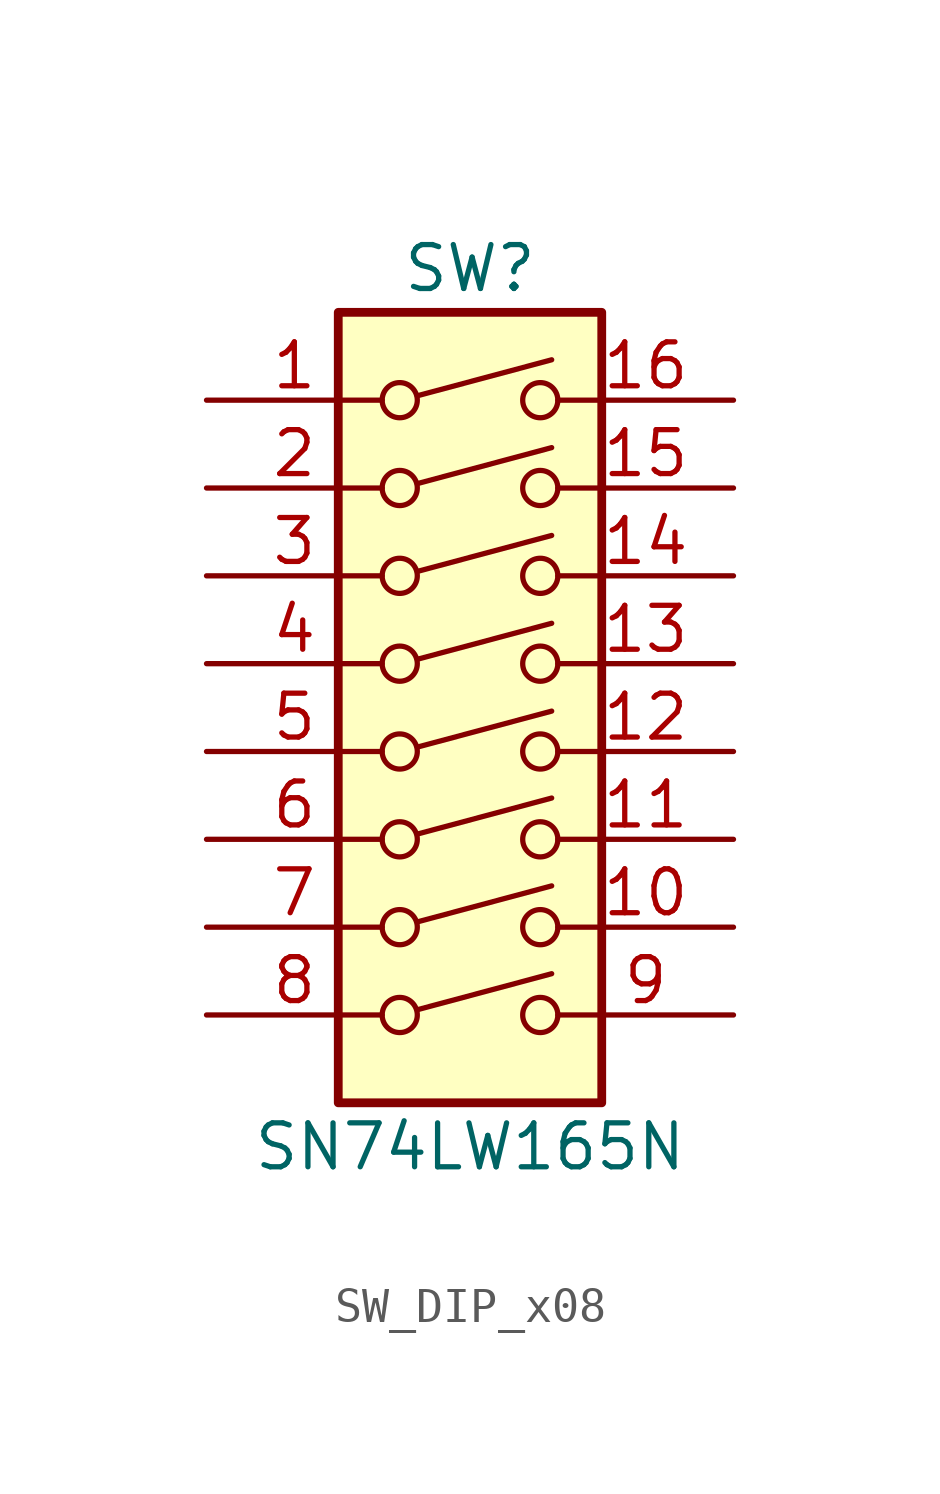
<source format=kicad_sym>
(kicad_symbol_lib
  (version 20231120)
  (generator "kicad_symbol_editor")
  (generator_version "8.0")
  (symbol "SW_DIP_x08"
    (pin_names
      (offset 0) hide)
    (property "Reference" "SW"
      (at 0 13.97 0)
      (effects (font (size 1.27 1.27))))
    (property "Value" "SN74LW165N"
      (at 0 -11.43 0)
      (effects (font (size 1.27 1.27))))
    (symbol "SW_DIP_x08_0_0"
      (circle (center -2.032 -7.62) (radius 0.508) (stroke (width 0) (type default)) (fill (type none)))
      (circle (center -2.032 -5.08) (radius 0.508) (stroke (width 0) (type default)) (fill (type none)))
      (circle (center -2.032 -2.54) (radius 0.508) (stroke (width 0) (type default)) (fill (type none)))
      (circle (center -2.032 0) (radius 0.508) (stroke (width 0) (type default)) (fill (type none)))
      (circle (center -2.032 2.54) (radius 0.508) (stroke (width 0) (type default)) (fill (type none)))
      (circle (center -2.032 5.08) (radius 0.508) (stroke (width 0) (type default)) (fill (type none)))
      (circle (center -2.032 7.62) (radius 0.508) (stroke (width 0) (type default)) (fill (type none)))
      (circle (center -2.032 10.16) (radius 0.508) (stroke (width 0) (type default)) (fill (type none)))
      (polyline (pts (xy -1.524 -7.468) (xy 2.362 -6.426)) (stroke (width 0) (type default)) (fill (type none)))
      (polyline (pts (xy -1.524 -4.928) (xy 2.362 -3.886)) (stroke (width 0) (type default)) (fill (type none)))
      (polyline (pts (xy -1.524 -2.388) (xy 2.362 -1.346)) (stroke (width 0) (type default)) (fill (type none)))
      (polyline (pts (xy -1.524 0.127) (xy 2.362 1.168)) (stroke (width 0) (type default)) (fill (type none)))
      (polyline (pts (xy -1.524 2.667) (xy 2.362 3.708)) (stroke (width 0) (type default)) (fill (type none)))
      (polyline (pts (xy -1.524 5.207) (xy 2.362 6.248)) (stroke (width 0) (type default)) (fill (type none)))
      (polyline (pts (xy -1.524 7.747) (xy 2.362 8.788)) (stroke (width 0) (type default)) (fill (type none)))
      (polyline (pts (xy -1.524 10.287) (xy 2.362 11.328)) (stroke (width 0) (type default)) (fill (type none)))
      (circle (center 2.032 -7.62) (radius 0.508) (stroke (width 0) (type default)) (fill (type none)))
      (circle (center 2.032 -5.08) (radius 0.508) (stroke (width 0) (type default)) (fill (type none)))
      (circle (center 2.032 -2.54) (radius 0.508) (stroke (width 0) (type default)) (fill (type none)))
      (circle (center 2.032 0) (radius 0.508) (stroke (width 0) (type default)) (fill (type none)))
      (circle (center 2.032 2.54) (radius 0.508) (stroke (width 0) (type default)) (fill (type none)))
      (circle (center 2.032 5.08) (radius 0.508) (stroke (width 0) (type default)) (fill (type none)))
      (circle (center 2.032 7.62) (radius 0.508) (stroke (width 0) (type default)) (fill (type none)))
      (circle (center 2.032 10.16) (radius 0.508) (stroke (width 0) (type default)) (fill (type none))))
    (symbol "SW_DIP_x08_0_1"
      (rectangle (start -3.81 12.7) (end 3.81 -10.16) (stroke (width 0.254) (type default)) (fill (type background))))
    (symbol "SW_DIP_x08_1_1"
      (pin input line (at -7.62 10.16 0) (length 5.08) (name "PL" (effects (font (size 1.27 1.27)))) (number "1" (effects (font (size 1.27 1.27)))))
      (pin input line (at 7.62 -5.08 180) (length 5.08) (name "DS" (effects (font (size 1.27 1.27)))) (number "10" (effects (font (size 1.27 1.27)))))
      (pin input line (at 7.62 -2.54 180) (length 5.08) (name "P0" (effects (font (size 1.27 1.27)))) (number "11" (effects (font (size 1.27 1.27)))))
      (pin input line (at 7.62 0 180) (length 5.08) (name "P1" (effects (font (size 1.27 1.27)))) (number "12" (effects (font (size 1.27 1.27)))))
      (pin input line (at 7.62 2.54 180) (length 5.08) (name "P2" (effects (font (size 1.27 1.27)))) (number "13" (effects (font (size 1.27 1.27)))))
      (pin input line (at 7.62 5.08 180) (length 5.08) (name "P3" (effects (font (size 1.27 1.27)))) (number "14" (effects (font (size 1.27 1.27)))))
      (pin input line (at 7.62 7.62 180) (length 5.08) (name "CP2" (effects (font (size 1.27 1.27)))) (number "15" (effects (font (size 1.27 1.27)))))
      (pin passive line (at 7.62 10.16 180) (length 5.08) (name "VCC" (effects (font (size 1.27 1.27)))) (number "16" (effects (font (size 1.27 1.27)))))
      (pin input line (at -7.62 7.62 0) (length 5.08) (name "CP1" (effects (font (size 1.27 1.27)))) (number "2" (effects (font (size 1.27 1.27)))))
      (pin input line (at -7.62 5.08 0) (length 5.08) (name "P4" (effects (font (size 1.27 1.27)))) (number "3" (effects (font (size 1.27 1.27)))))
      (pin input line (at -7.62 2.54 0) (length 5.08) (name "P5" (effects (font (size 1.27 1.27)))) (number "4" (effects (font (size 1.27 1.27)))))
      (pin input line (at -7.62 0 0) (length 5.08) (name "P6" (effects (font (size 1.27 1.27)))) (number "5" (effects (font (size 1.27 1.27)))))
      (pin input line (at -7.62 -2.54 0) (length 5.08) (name "P7" (effects (font (size 1.27 1.27)))) (number "6" (effects (font (size 1.27 1.27)))))
      (pin output line (at -7.62 -5.08 0) (length 5.08) (name "Q7" (effects (font (size 1.27 1.27)))) (number "7" (effects (font (size 1.27 1.27)))))
      (pin passive line (at -7.62 -7.62 0) (length 5.08) (name "GND" (effects (font (size 1.27 1.27)))) (number "8" (effects (font (size 1.27 1.27)))))
      (pin output line (at 7.62 -7.62 180) (length 5.08) (name "Q7" (effects (font (size 1.27 1.27)))) (number "9" (effects (font (size 1.27 1.27))))))))
</source>
